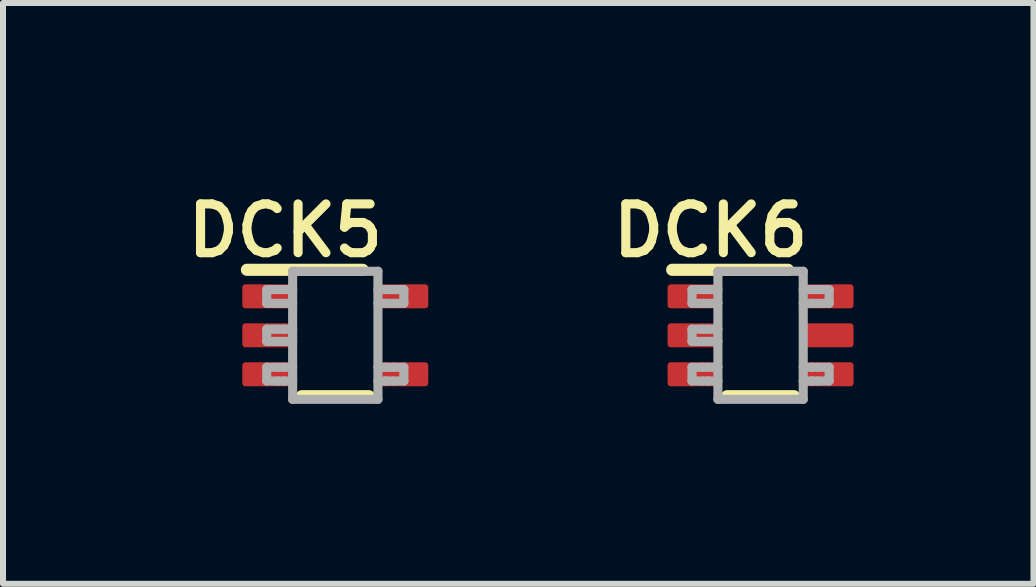
<source format=kicad_pcb>
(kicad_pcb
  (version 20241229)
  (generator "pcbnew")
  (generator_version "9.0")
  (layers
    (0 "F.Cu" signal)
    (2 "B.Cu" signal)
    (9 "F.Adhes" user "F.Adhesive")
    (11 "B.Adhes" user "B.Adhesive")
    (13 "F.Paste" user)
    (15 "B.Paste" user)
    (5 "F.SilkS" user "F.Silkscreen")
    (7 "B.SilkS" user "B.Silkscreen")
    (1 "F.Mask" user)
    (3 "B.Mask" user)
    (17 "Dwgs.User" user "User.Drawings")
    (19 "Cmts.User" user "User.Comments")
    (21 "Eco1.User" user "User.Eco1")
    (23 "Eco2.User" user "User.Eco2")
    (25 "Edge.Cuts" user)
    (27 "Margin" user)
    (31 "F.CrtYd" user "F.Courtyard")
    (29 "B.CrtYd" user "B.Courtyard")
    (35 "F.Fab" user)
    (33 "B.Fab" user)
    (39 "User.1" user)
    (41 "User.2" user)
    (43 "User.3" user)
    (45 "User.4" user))
  (footprint "DCK5"
    (layer "F.Cu")
    (at 2.54 2.54)
    (property "Reference" "DCK5" (at -2.54 -1.27 0) (layer "F.SilkS") (effects (font (size 0.813 0.813) (thickness 0.152) (bold yes)) (justify left bottom)))
    (attr smd)
    (fp_line (start -1.473 -1.092) (end 0.457 -1.092) (stroke (width 0.203) (type solid)) (layer "F.SilkS"))
    (fp_line (start -0.559 1.016) (end 0.559 1.016) (stroke (width 0.203) (type solid)) (layer "F.SilkS"))
    (fp_line (start -1.143 -0.762) (end -0.965 -0.762) (stroke (width 0.152) (type solid)) (layer "F.Fab"))
    (fp_line (start -1.143 -0.533) (end -1.143 -0.762) (stroke (width 0.152) (type solid)) (layer "F.Fab"))
    (fp_line (start -1.143 -0.533) (end -0.965 -0.533) (stroke (width 0.152) (type solid)) (layer "F.Fab"))
    (fp_line (start -1.143 -0.102) (end -0.965 -0.102) (stroke (width 0.152) (type solid)) (layer "F.Fab"))
    (fp_line (start -1.143 0.102) (end -1.143 -0.102) (stroke (width 0.152) (type solid)) (layer "F.Fab"))
    (fp_line (start -1.143 0.102) (end -0.965 0.102) (stroke (width 0.152) (type solid)) (layer "F.Fab"))
    (fp_line (start -1.143 0.533) (end -0.965 0.533) (stroke (width 0.152) (type solid)) (layer "F.Fab"))
    (fp_line (start -1.143 0.762) (end -1.143 0.533) (stroke (width 0.152) (type solid)) (layer "F.Fab"))
    (fp_line (start -1.143 0.762) (end -0.965 0.762) (stroke (width 0.152) (type solid)) (layer "F.Fab"))
    (fp_line (start -0.965 -0.762) (end -0.711 -0.762) (stroke (width 0.152) (type solid)) (layer "F.Fab"))
    (fp_line (start -0.965 -0.533) (end -0.864 -0.533) (stroke (width 0.152) (type solid)) (layer "F.Fab"))
    (fp_line (start -0.965 -0.102) (end -0.864 -0.102) (stroke (width 0.152) (type solid)) (layer "F.Fab"))
    (fp_line (start -0.965 0.102) (end -0.864 0.102) (stroke (width 0.152) (type solid)) (layer "F.Fab"))
    (fp_line (start -0.965 0.533) (end -0.864 0.533) (stroke (width 0.152) (type solid)) (layer "F.Fab"))
    (fp_line (start -0.965 0.762) (end -0.864 0.762) (stroke (width 0.152) (type solid)) (layer "F.Fab"))
    (fp_line (start -0.864 -0.533) (end -0.711 -0.533) (stroke (width 0.152) (type solid)) (layer "F.Fab"))
    (fp_line (start -0.864 -0.102) (end -0.711 -0.102) (stroke (width 0.152) (type solid)) (layer "F.Fab"))
    (fp_line (start -0.864 0.102) (end -0.711 0.102) (stroke (width 0.152) (type solid)) (layer "F.Fab"))
    (fp_line (start -0.864 0.533) (end -0.711 0.533) (stroke (width 0.152) (type solid)) (layer "F.Fab"))
    (fp_line (start -0.864 0.762) (end -0.711 0.762) (stroke (width 0.152) (type solid)) (layer "F.Fab"))
    (fp_line (start -0.711 -1.067) (end 0.711 -1.067) (stroke (width 0.152) (type solid)) (layer "F.Fab"))
    (fp_line (start -0.711 1.067) (end -0.711 -1.067) (stroke (width 0.152) (type solid)) (layer "F.Fab"))
    (fp_line (start -0.711 1.067) (end 0.711 1.067) (stroke (width 0.152) (type solid)) (layer "F.Fab"))
    (fp_line (start 0.711 -0.762) (end 0.838 -0.762) (stroke (width 0.152) (type solid)) (layer "F.Fab"))
    (fp_line (start 0.711 -0.533) (end 0.838 -0.533) (stroke (width 0.152) (type solid)) (layer "F.Fab"))
    (fp_line (start 0.711 0.533) (end 0.838 0.533) (stroke (width 0.152) (type solid)) (layer "F.Fab"))
    (fp_line (start 0.711 0.762) (end 0.838 0.762) (stroke (width 0.152) (type solid)) (layer "F.Fab"))
    (fp_line (start 0.711 1.067) (end 0.711 -1.067) (stroke (width 0.152) (type solid)) (layer "F.Fab"))
    (fp_line (start 0.838 -0.762) (end 0.864 -0.762) (stroke (width 0.152) (type solid)) (layer "F.Fab"))
    (fp_line (start 0.838 -0.533) (end 0.864 -0.533) (stroke (width 0.152) (type solid)) (layer "F.Fab"))
    (fp_line (start 0.838 0.533) (end 0.864 0.533) (stroke (width 0.152) (type solid)) (layer "F.Fab"))
    (fp_line (start 0.838 0.762) (end 0.864 0.762) (stroke (width 0.152) (type solid)) (layer "F.Fab"))
    (fp_line (start 0.864 -0.762) (end 0.965 -0.762) (stroke (width 0.152) (type solid)) (layer "F.Fab"))
    (fp_line (start 0.864 -0.533) (end 0.965 -0.533) (stroke (width 0.152) (type solid)) (layer "F.Fab"))
    (fp_line (start 0.864 0.533) (end 0.965 0.533) (stroke (width 0.152) (type solid)) (layer "F.Fab"))
    (fp_line (start 0.864 0.762) (end 0.965 0.762) (stroke (width 0.152) (type solid)) (layer "F.Fab"))
    (fp_line (start 0.965 -0.762) (end 1.143 -0.762) (stroke (width 0.152) (type solid)) (layer "F.Fab"))
    (fp_line (start 0.965 -0.533) (end 1.143 -0.533) (stroke (width 0.152) (type solid)) (layer "F.Fab"))
    (fp_line (start 0.965 0.533) (end 1.143 0.533) (stroke (width 0.152) (type solid)) (layer "F.Fab"))
    (fp_line (start 0.965 0.762) (end 1.143 0.762) (stroke (width 0.152) (type solid)) (layer "F.Fab"))
    (fp_line (start 1.143 -0.533) (end 1.143 -0.762) (stroke (width 0.152) (type solid)) (layer "F.Fab"))
    (fp_line (start 1.143 0.762) (end 1.143 0.533) (stroke (width 0.152) (type solid)) (layer "F.Fab"))
    (pad "1" smd roundrect (at -1.125 -0.65 90) (size 0.4 0.85) (layers "F.Cu" "F.Mask" "F.Paste") (roundrect_rratio 0.127))
    (pad "2" smd roundrect (at -1.125 0 90) (size 0.4 0.85) (layers "F.Cu" "F.Mask" "F.Paste") (roundrect_rratio 0.127))
    (pad "3" smd roundrect (at -1.125 0.65 90) (size 0.4 0.85) (layers "F.Cu" "F.Mask" "F.Paste") (roundrect_rratio 0.127))
    (pad "4" smd roundrect (at 1.125 0.65 90) (size 0.4 0.85) (layers "F.Cu" "F.Mask" "F.Paste") (roundrect_rratio 0.127))
    (pad "5" smd roundrect (at 1.125 -0.65 90) (size 0.4 0.85) (layers "F.Cu" "F.Mask" "F.Paste") (roundrect_rratio 0.127)))
  (footprint "DCK6"
    (layer "F.Cu")
    (at 9.63 2.54)
    (property "Reference" "DCK6" (at -2.54 -1.27 0) (layer "F.SilkS") (effects (font (size 0.813 0.813) (thickness 0.152) (bold yes)) (justify left bottom)))
    (attr smd)
    (fp_line (start -1.473 -1.092) (end 0.457 -1.092) (stroke (width 0.203) (type solid)) (layer "F.SilkS"))
    (fp_line (start -0.559 1.016) (end 0.559 1.016) (stroke (width 0.203) (type solid)) (layer "F.SilkS"))
    (fp_line (start -1.143 -0.762) (end -0.965 -0.762) (stroke (width 0.152) (type solid)) (layer "F.Fab"))
    (fp_line (start -1.143 -0.533) (end -1.143 -0.762) (stroke (width 0.152) (type solid)) (layer "F.Fab"))
    (fp_line (start -1.143 -0.533) (end -0.965 -0.533) (stroke (width 0.152) (type solid)) (layer "F.Fab"))
    (fp_line (start -1.143 -0.102) (end -0.965 -0.102) (stroke (width 0.152) (type solid)) (layer "F.Fab"))
    (fp_line (start -1.143 0.102) (end -1.143 -0.102) (stroke (width 0.152) (type solid)) (layer "F.Fab"))
    (fp_line (start -1.143 0.102) (end -0.965 0.102) (stroke (width 0.152) (type solid)) (layer "F.Fab"))
    (fp_line (start -1.143 0.533) (end -0.965 0.533) (stroke (width 0.152) (type solid)) (layer "F.Fab"))
    (fp_line (start -1.143 0.762) (end -1.143 0.533) (stroke (width 0.152) (type solid)) (layer "F.Fab"))
    (fp_line (start -1.143 0.762) (end -0.965 0.762) (stroke (width 0.152) (type solid)) (layer "F.Fab"))
    (fp_line (start -0.965 -0.762) (end -0.711 -0.762) (stroke (width 0.152) (type solid)) (layer "F.Fab"))
    (fp_line (start -0.965 -0.533) (end -0.864 -0.533) (stroke (width 0.152) (type solid)) (layer "F.Fab"))
    (fp_line (start -0.965 -0.102) (end -0.864 -0.102) (stroke (width 0.152) (type solid)) (layer "F.Fab"))
    (fp_line (start -0.965 0.102) (end -0.864 0.102) (stroke (width 0.152) (type solid)) (layer "F.Fab"))
    (fp_line (start -0.965 0.533) (end -0.864 0.533) (stroke (width 0.152) (type solid)) (layer "F.Fab"))
    (fp_line (start -0.965 0.762) (end -0.864 0.762) (stroke (width 0.152) (type solid)) (layer "F.Fab"))
    (fp_line (start -0.864 -0.533) (end -0.711 -0.533) (stroke (width 0.152) (type solid)) (layer "F.Fab"))
    (fp_line (start -0.864 -0.102) (end -0.711 -0.102) (stroke (width 0.152) (type solid)) (layer "F.Fab"))
    (fp_line (start -0.864 0.102) (end -0.711 0.102) (stroke (width 0.152) (type solid)) (layer "F.Fab"))
    (fp_line (start -0.864 0.533) (end -0.711 0.533) (stroke (width 0.152) (type solid)) (layer "F.Fab"))
    (fp_line (start -0.864 0.762) (end -0.711 0.762) (stroke (width 0.152) (type solid)) (layer "F.Fab"))
    (fp_line (start -0.711 -1.067) (end 0.711 -1.067) (stroke (width 0.152) (type solid)) (layer "F.Fab"))
    (fp_line (start -0.711 1.067) (end -0.711 -1.067) (stroke (width 0.152) (type solid)) (layer "F.Fab"))
    (fp_line (start -0.711 1.067) (end 0.711 1.067) (stroke (width 0.152) (type solid)) (layer "F.Fab"))
    (fp_line (start 0.711 -0.762) (end 0.838 -0.762) (stroke (width 0.152) (type solid)) (layer "F.Fab"))
    (fp_line (start 0.711 -0.533) (end 0.838 -0.533) (stroke (width 0.152) (type solid)) (layer "F.Fab"))
    (fp_line (start 0.711 0.533) (end 0.838 0.533) (stroke (width 0.152) (type solid)) (layer "F.Fab"))
    (fp_line (start 0.711 0.762) (end 0.838 0.762) (stroke (width 0.152) (type solid)) (layer "F.Fab"))
    (fp_line (start 0.711 1.067) (end 0.711 -1.067) (stroke (width 0.152) (type solid)) (layer "F.Fab"))
    (fp_line (start 0.838 -0.762) (end 0.864 -0.762) (stroke (width 0.152) (type solid)) (layer "F.Fab"))
    (fp_line (start 0.838 -0.533) (end 0.864 -0.533) (stroke (width 0.152) (type solid)) (layer "F.Fab"))
    (fp_line (start 0.838 0.533) (end 0.864 0.533) (stroke (width 0.152) (type solid)) (layer "F.Fab"))
    (fp_line (start 0.838 0.762) (end 0.864 0.762) (stroke (width 0.152) (type solid)) (layer "F.Fab"))
    (fp_line (start 0.864 -0.762) (end 0.965 -0.762) (stroke (width 0.152) (type solid)) (layer "F.Fab"))
    (fp_line (start 0.864 -0.533) (end 0.965 -0.533) (stroke (width 0.152) (type solid)) (layer "F.Fab"))
    (fp_line (start 0.864 0.533) (end 0.965 0.533) (stroke (width 0.152) (type solid)) (layer "F.Fab"))
    (fp_line (start 0.864 0.762) (end 0.965 0.762) (stroke (width 0.152) (type solid)) (layer "F.Fab"))
    (fp_line (start 0.965 -0.762) (end 1.143 -0.762) (stroke (width 0.152) (type solid)) (layer "F.Fab"))
    (fp_line (start 0.965 -0.533) (end 1.143 -0.533) (stroke (width 0.152) (type solid)) (layer "F.Fab"))
    (fp_line (start 0.965 0.533) (end 1.143 0.533) (stroke (width 0.152) (type solid)) (layer "F.Fab"))
    (fp_line (start 0.965 0.762) (end 1.143 0.762) (stroke (width 0.152) (type solid)) (layer "F.Fab"))
    (fp_line (start 1.143 -0.533) (end 1.143 -0.762) (stroke (width 0.152) (type solid)) (layer "F.Fab"))
    (fp_line (start 1.143 0.762) (end 1.143 0.533) (stroke (width 0.152) (type solid)) (layer "F.Fab"))
    (pad "1" smd roundrect (at -1.125 -0.65 90) (size 0.4 0.85) (layers "F.Cu" "F.Mask" "F.Paste") (roundrect_rratio 0.127))
    (pad "2" smd roundrect (at -1.125 0 90) (size 0.4 0.85) (layers "F.Cu" "F.Mask" "F.Paste") (roundrect_rratio 0.127))
    (pad "3" smd roundrect (at -1.125 0.65 90) (size 0.4 0.85) (layers "F.Cu" "F.Mask" "F.Paste") (roundrect_rratio 0.127))
    (pad "4" smd roundrect (at 1.125 0.65 90) (size 0.4 0.85) (layers "F.Cu" "F.Mask" "F.Paste") (roundrect_rratio 0.127))
    (pad "5" smd roundrect (at 1.125 0 90) (size 0.4 0.85) (layers "F.Cu" "F.Mask" "F.Paste") (roundrect_rratio 0.127))
    (pad "6" smd roundrect (at 1.125 -0.65 90) (size 0.4 0.85) (layers "F.Cu" "F.Mask" "F.Paste") (roundrect_rratio 0.127)))
  (gr_rect
    (start -3 -3)
    (end 14.18 6.683)
    (stroke (width 0.1) (type default))
    (fill no)
    (layer "Edge.Cuts")))
</source>
